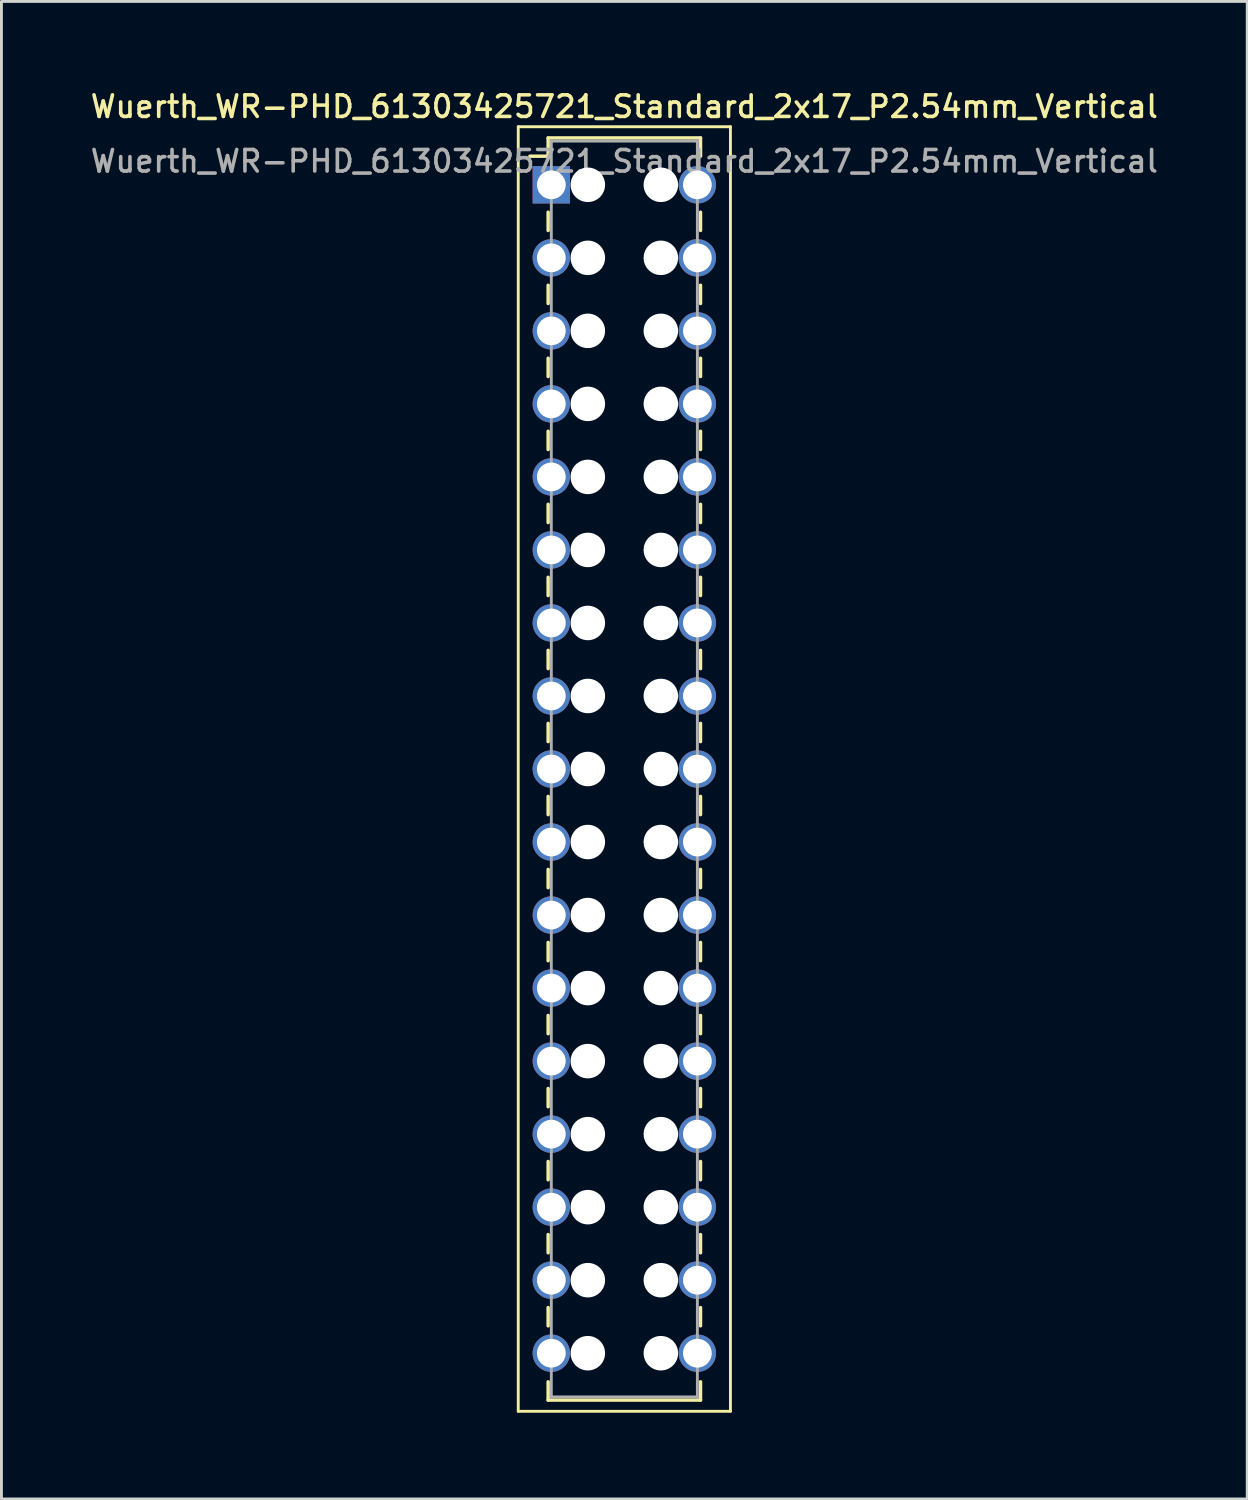
<source format=kicad_pcb>
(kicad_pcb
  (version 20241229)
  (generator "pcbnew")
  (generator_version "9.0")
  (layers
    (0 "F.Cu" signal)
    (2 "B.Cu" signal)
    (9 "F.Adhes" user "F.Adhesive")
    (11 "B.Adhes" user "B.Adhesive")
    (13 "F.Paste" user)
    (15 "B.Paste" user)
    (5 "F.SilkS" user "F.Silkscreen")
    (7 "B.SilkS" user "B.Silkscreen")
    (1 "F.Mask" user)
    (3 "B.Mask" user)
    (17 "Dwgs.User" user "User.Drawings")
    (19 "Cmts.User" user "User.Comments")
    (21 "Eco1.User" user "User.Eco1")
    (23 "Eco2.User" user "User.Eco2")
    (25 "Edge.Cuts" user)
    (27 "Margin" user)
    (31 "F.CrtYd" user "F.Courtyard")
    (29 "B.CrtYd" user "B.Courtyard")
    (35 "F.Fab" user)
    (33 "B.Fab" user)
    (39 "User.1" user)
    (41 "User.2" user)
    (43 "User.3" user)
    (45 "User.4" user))
  (footprint "Wuerth_WR-PHD_61303425721_Standard_2x17_P2.54mm_Vertical"
    (layer "F.Cu")
    (at 16.126 3.378)
    (property "Reference" "Wuerth_WR-PHD_61303425721_Standard_2x17_P2.54mm_Vertical" (at 2.54 -2.72 0) (layer "F.SilkS") (effects (font (size 0.75 0.75) (thickness 0.125))))
    (attr through_hole)
    (fp_line (start -1.15 -2.02) (end -1.15 42.66) (stroke (width 0.1) (type solid)) (layer "F.SilkS"))
    (fp_line (start -1.15 42.66) (end 6.23 42.66) (stroke (width 0.1) (type solid)) (layer "F.SilkS"))
    (fp_line (start -0.11 -1.63) (end -0.11 -0.995) (stroke (width 0.12) (type solid)) (layer "F.SilkS"))
    (fp_line (start -0.11 -1.63) (end 5.19 -1.63) (stroke (width 0.12) (type solid)) (layer "F.SilkS"))
    (fp_line (start -0.11 -0.995) (end -0.745 -0.995) (stroke (width 0.12) (type solid)) (layer "F.SilkS"))
    (fp_line (start -0.11 0.953) (end -0.11 1.587) (stroke (width 0.12) (type solid)) (layer "F.SilkS"))
    (fp_line (start -0.11 3.493) (end -0.11 4.128) (stroke (width 0.12) (type solid)) (layer "F.SilkS"))
    (fp_line (start -0.11 6.032) (end -0.11 6.668) (stroke (width 0.12) (type solid)) (layer "F.SilkS"))
    (fp_line (start -0.11 8.572) (end -0.11 9.207) (stroke (width 0.12) (type solid)) (layer "F.SilkS"))
    (fp_line (start -0.11 11.113) (end -0.11 11.748) (stroke (width 0.12) (type solid)) (layer "F.SilkS"))
    (fp_line (start -0.11 13.652) (end -0.11 14.287) (stroke (width 0.12) (type solid)) (layer "F.SilkS"))
    (fp_line (start -0.11 16.192) (end -0.11 16.828) (stroke (width 0.12) (type solid)) (layer "F.SilkS"))
    (fp_line (start -0.11 18.733) (end -0.11 19.367) (stroke (width 0.12) (type solid)) (layer "F.SilkS"))
    (fp_line (start -0.11 21.273) (end -0.11 21.907) (stroke (width 0.12) (type solid)) (layer "F.SilkS"))
    (fp_line (start -0.11 23.812) (end -0.11 24.448) (stroke (width 0.12) (type solid)) (layer "F.SilkS"))
    (fp_line (start -0.11 26.352) (end -0.11 26.988) (stroke (width 0.12) (type solid)) (layer "F.SilkS"))
    (fp_line (start -0.11 28.892) (end -0.11 29.527) (stroke (width 0.12) (type solid)) (layer "F.SilkS"))
    (fp_line (start -0.11 31.433) (end -0.11 32.068) (stroke (width 0.12) (type solid)) (layer "F.SilkS"))
    (fp_line (start -0.11 33.972) (end -0.11 34.608) (stroke (width 0.12) (type solid)) (layer "F.SilkS"))
    (fp_line (start -0.11 36.513) (end -0.11 37.148) (stroke (width 0.12) (type solid)) (layer "F.SilkS"))
    (fp_line (start -0.11 39.053) (end -0.11 39.688) (stroke (width 0.12) (type solid)) (layer "F.SilkS"))
    (fp_line (start -0.11 42.27) (end -0.11 41.635) (stroke (width 0.12) (type solid)) (layer "F.SilkS"))
    (fp_line (start -0.11 42.27) (end 5.19 42.27) (stroke (width 0.12) (type solid)) (layer "F.SilkS"))
    (fp_line (start 5.19 -1.63) (end 5.19 -0.995) (stroke (width 0.12) (type solid)) (layer "F.SilkS"))
    (fp_line (start 5.19 0.953) (end 5.19 1.587) (stroke (width 0.12) (type solid)) (layer "F.SilkS"))
    (fp_line (start 5.19 3.493) (end 5.19 4.128) (stroke (width 0.12) (type solid)) (layer "F.SilkS"))
    (fp_line (start 5.19 6.032) (end 5.19 6.668) (stroke (width 0.12) (type solid)) (layer "F.SilkS"))
    (fp_line (start 5.19 8.572) (end 5.19 9.207) (stroke (width 0.12) (type solid)) (layer "F.SilkS"))
    (fp_line (start 5.19 11.113) (end 5.19 11.748) (stroke (width 0.12) (type solid)) (layer "F.SilkS"))
    (fp_line (start 5.19 13.652) (end 5.19 14.287) (stroke (width 0.12) (type solid)) (layer "F.SilkS"))
    (fp_line (start 5.19 16.192) (end 5.19 16.828) (stroke (width 0.12) (type solid)) (layer "F.SilkS"))
    (fp_line (start 5.19 18.733) (end 5.19 19.367) (stroke (width 0.12) (type solid)) (layer "F.SilkS"))
    (fp_line (start 5.19 21.273) (end 5.19 21.907) (stroke (width 0.12) (type solid)) (layer "F.SilkS"))
    (fp_line (start 5.19 23.812) (end 5.19 24.448) (stroke (width 0.12) (type solid)) (layer "F.SilkS"))
    (fp_line (start 5.19 26.352) (end 5.19 26.988) (stroke (width 0.12) (type solid)) (layer "F.SilkS"))
    (fp_line (start 5.19 28.892) (end 5.19 29.527) (stroke (width 0.12) (type solid)) (layer "F.SilkS"))
    (fp_line (start 5.19 31.433) (end 5.19 32.068) (stroke (width 0.12) (type solid)) (layer "F.SilkS"))
    (fp_line (start 5.19 33.972) (end 5.19 34.608) (stroke (width 0.12) (type solid)) (layer "F.SilkS"))
    (fp_line (start 5.19 36.513) (end 5.19 37.148) (stroke (width 0.12) (type solid)) (layer "F.SilkS"))
    (fp_line (start 5.19 39.053) (end 5.19 39.688) (stroke (width 0.12) (type solid)) (layer "F.SilkS"))
    (fp_line (start 5.19 42.27) (end 5.19 41.635) (stroke (width 0.12) (type solid)) (layer "F.SilkS"))
    (fp_line (start 6.23 -2.02) (end -1.15 -2.02) (stroke (width 0.1) (type solid)) (layer "F.SilkS"))
    (fp_line (start 6.23 42.66) (end 6.23 -2.02) (stroke (width 0.1) (type solid)) (layer "F.SilkS"))
    (fp_line (start 0 -1.52) (end 0 42.16) (stroke (width 0.1) (type solid)) (layer "F.Fab"))
    (fp_line (start 0 42.16) (end 5.08 42.16) (stroke (width 0.1) (type solid)) (layer "F.Fab"))
    (fp_line (start 5.08 -1.52) (end 0 -1.52) (stroke (width 0.1) (type solid)) (layer "F.Fab"))
    (fp_line (start 5.08 42.16) (end 5.08 -1.52) (stroke (width 0.1) (type solid)) (layer "F.Fab"))
    (fp_text user "${REFERENCE}" (at 2.54 -0.82 0) (layer "F.Fab") (effects (font (size 0.75 0.75) (thickness 0.125))))
    (pad "" np_thru_hole circle (at 1.27 0) (size 1.2 1.2) (drill 1.2) (layers "*.Cu" "*.Mask"))
    (pad "" np_thru_hole circle (at 1.27 2.54) (size 1.2 1.2) (drill 1.2) (layers "*.Cu" "*.Mask"))
    (pad "" np_thru_hole circle (at 1.27 5.08) (size 1.2 1.2) (drill 1.2) (layers "*.Cu" "*.Mask"))
    (pad "" np_thru_hole circle (at 1.27 7.62) (size 1.2 1.2) (drill 1.2) (layers "*.Cu" "*.Mask"))
    (pad "" np_thru_hole circle (at 1.27 10.16) (size 1.2 1.2) (drill 1.2) (layers "*.Cu" "*.Mask"))
    (pad "" np_thru_hole circle (at 1.27 12.7) (size 1.2 1.2) (drill 1.2) (layers "*.Cu" "*.Mask"))
    (pad "" np_thru_hole circle (at 1.27 15.24) (size 1.2 1.2) (drill 1.2) (layers "*.Cu" "*.Mask"))
    (pad "" np_thru_hole circle (at 1.27 17.78) (size 1.2 1.2) (drill 1.2) (layers "*.Cu" "*.Mask"))
    (pad "" np_thru_hole circle (at 1.27 20.32) (size 1.2 1.2) (drill 1.2) (layers "*.Cu" "*.Mask"))
    (pad "" np_thru_hole circle (at 1.27 22.86) (size 1.2 1.2) (drill 1.2) (layers "*.Cu" "*.Mask"))
    (pad "" np_thru_hole circle (at 1.27 25.4) (size 1.2 1.2) (drill 1.2) (layers "*.Cu" "*.Mask"))
    (pad "" np_thru_hole circle (at 1.27 27.94) (size 1.2 1.2) (drill 1.2) (layers "*.Cu" "*.Mask"))
    (pad "" np_thru_hole circle (at 1.27 30.48) (size 1.2 1.2) (drill 1.2) (layers "*.Cu" "*.Mask"))
    (pad "" np_thru_hole circle (at 1.27 33.02) (size 1.2 1.2) (drill 1.2) (layers "*.Cu" "*.Mask"))
    (pad "" np_thru_hole circle (at 1.27 35.56) (size 1.2 1.2) (drill 1.2) (layers "*.Cu" "*.Mask"))
    (pad "" np_thru_hole circle (at 1.27 38.1) (size 1.2 1.2) (drill 1.2) (layers "*.Cu" "*.Mask"))
    (pad "" np_thru_hole circle (at 1.27 40.64) (size 1.2 1.2) (drill 1.2) (layers "*.Cu" "*.Mask"))
    (pad "" np_thru_hole circle (at 3.81 0) (size 1.2 1.2) (drill 1.2) (layers "*.Cu" "*.Mask"))
    (pad "" np_thru_hole circle (at 3.81 2.54) (size 1.2 1.2) (drill 1.2) (layers "*.Cu" "*.Mask"))
    (pad "" np_thru_hole circle (at 3.81 5.08) (size 1.2 1.2) (drill 1.2) (layers "*.Cu" "*.Mask"))
    (pad "" np_thru_hole circle (at 3.81 7.62) (size 1.2 1.2) (drill 1.2) (layers "*.Cu" "*.Mask"))
    (pad "" np_thru_hole circle (at 3.81 10.16) (size 1.2 1.2) (drill 1.2) (layers "*.Cu" "*.Mask"))
    (pad "" np_thru_hole circle (at 3.81 12.7) (size 1.2 1.2) (drill 1.2) (layers "*.Cu" "*.Mask"))
    (pad "" np_thru_hole circle (at 3.81 15.24) (size 1.2 1.2) (drill 1.2) (layers "*.Cu" "*.Mask"))
    (pad "" np_thru_hole circle (at 3.81 17.78) (size 1.2 1.2) (drill 1.2) (layers "*.Cu" "*.Mask"))
    (pad "" np_thru_hole circle (at 3.81 20.32) (size 1.2 1.2) (drill 1.2) (layers "*.Cu" "*.Mask"))
    (pad "" np_thru_hole circle (at 3.81 22.86) (size 1.2 1.2) (drill 1.2) (layers "*.Cu" "*.Mask"))
    (pad "" np_thru_hole circle (at 3.81 25.4) (size 1.2 1.2) (drill 1.2) (layers "*.Cu" "*.Mask"))
    (pad "" np_thru_hole circle (at 3.81 27.94) (size 1.2 1.2) (drill 1.2) (layers "*.Cu" "*.Mask"))
    (pad "" np_thru_hole circle (at 3.81 30.48) (size 1.2 1.2) (drill 1.2) (layers "*.Cu" "*.Mask"))
    (pad "" np_thru_hole circle (at 3.81 33.02) (size 1.2 1.2) (drill 1.2) (layers "*.Cu" "*.Mask"))
    (pad "" np_thru_hole circle (at 3.81 35.56) (size 1.2 1.2) (drill 1.2) (layers "*.Cu" "*.Mask"))
    (pad "" np_thru_hole circle (at 3.81 38.1) (size 1.2 1.2) (drill 1.2) (layers "*.Cu" "*.Mask"))
    (pad "" np_thru_hole circle (at 3.81 40.64) (size 1.2 1.2) (drill 1.2) (layers "*.Cu" "*.Mask"))
    (pad "1" thru_hole rect (at 0 0) (size 1.3 1.3) (drill 1) (layers "*.Cu" "*.Mask"))
    (pad "2" thru_hole circle (at 5.08 0) (size 1.3 1.3) (drill 1) (layers "*.Cu" "*.Mask"))
    (pad "3" thru_hole circle (at 0 2.54) (size 1.3 1.3) (drill 1) (layers "*.Cu" "*.Mask"))
    (pad "4" thru_hole circle (at 5.08 2.54) (size 1.3 1.3) (drill 1) (layers "*.Cu" "*.Mask"))
    (pad "5" thru_hole circle (at 0 5.08) (size 1.3 1.3) (drill 1) (layers "*.Cu" "*.Mask"))
    (pad "6" thru_hole circle (at 5.08 5.08) (size 1.3 1.3) (drill 1) (layers "*.Cu" "*.Mask"))
    (pad "7" thru_hole circle (at 0 7.62) (size 1.3 1.3) (drill 1) (layers "*.Cu" "*.Mask"))
    (pad "8" thru_hole circle (at 5.08 7.62) (size 1.3 1.3) (drill 1) (layers "*.Cu" "*.Mask"))
    (pad "9" thru_hole circle (at 0 10.16) (size 1.3 1.3) (drill 1) (layers "*.Cu" "*.Mask"))
    (pad "10" thru_hole circle (at 5.08 10.16) (size 1.3 1.3) (drill 1) (layers "*.Cu" "*.Mask"))
    (pad "11" thru_hole circle (at 0 12.7) (size 1.3 1.3) (drill 1) (layers "*.Cu" "*.Mask"))
    (pad "12" thru_hole circle (at 5.08 12.7) (size 1.3 1.3) (drill 1) (layers "*.Cu" "*.Mask"))
    (pad "13" thru_hole circle (at 0 15.24) (size 1.3 1.3) (drill 1) (layers "*.Cu" "*.Mask"))
    (pad "14" thru_hole circle (at 5.08 15.24) (size 1.3 1.3) (drill 1) (layers "*.Cu" "*.Mask"))
    (pad "15" thru_hole circle (at 0 17.78) (size 1.3 1.3) (drill 1) (layers "*.Cu" "*.Mask"))
    (pad "16" thru_hole circle (at 5.08 17.78) (size 1.3 1.3) (drill 1) (layers "*.Cu" "*.Mask"))
    (pad "17" thru_hole circle (at 0 20.32) (size 1.3 1.3) (drill 1) (layers "*.Cu" "*.Mask"))
    (pad "18" thru_hole circle (at 5.08 20.32) (size 1.3 1.3) (drill 1) (layers "*.Cu" "*.Mask"))
    (pad "19" thru_hole circle (at 0 22.86) (size 1.3 1.3) (drill 1) (layers "*.Cu" "*.Mask"))
    (pad "20" thru_hole circle (at 5.08 22.86) (size 1.3 1.3) (drill 1) (layers "*.Cu" "*.Mask"))
    (pad "21" thru_hole circle (at 0 25.4) (size 1.3 1.3) (drill 1) (layers "*.Cu" "*.Mask"))
    (pad "22" thru_hole circle (at 5.08 25.4) (size 1.3 1.3) (drill 1) (layers "*.Cu" "*.Mask"))
    (pad "23" thru_hole circle (at 0 27.94) (size 1.3 1.3) (drill 1) (layers "*.Cu" "*.Mask"))
    (pad "24" thru_hole circle (at 5.08 27.94) (size 1.3 1.3) (drill 1) (layers "*.Cu" "*.Mask"))
    (pad "25" thru_hole circle (at 0 30.48) (size 1.3 1.3) (drill 1) (layers "*.Cu" "*.Mask"))
    (pad "26" thru_hole circle (at 5.08 30.48) (size 1.3 1.3) (drill 1) (layers "*.Cu" "*.Mask"))
    (pad "27" thru_hole circle (at 0 33.02) (size 1.3 1.3) (drill 1) (layers "*.Cu" "*.Mask"))
    (pad "28" thru_hole circle (at 5.08 33.02) (size 1.3 1.3) (drill 1) (layers "*.Cu" "*.Mask"))
    (pad "29" thru_hole circle (at 0 35.56) (size 1.3 1.3) (drill 1) (layers "*.Cu" "*.Mask"))
    (pad "30" thru_hole circle (at 5.08 35.56) (size 1.3 1.3) (drill 1) (layers "*.Cu" "*.Mask"))
    (pad "31" thru_hole circle (at 0 38.1) (size 1.3 1.3) (drill 1) (layers "*.Cu" "*.Mask"))
    (pad "32" thru_hole circle (at 5.08 38.1) (size 1.3 1.3) (drill 1) (layers "*.Cu" "*.Mask"))
    (pad "33" thru_hole circle (at 0 40.64) (size 1.3 1.3) (drill 1) (layers "*.Cu" "*.Mask"))
    (pad "34" thru_hole circle (at 5.08 40.64) (size 1.3 1.3) (drill 1) (layers "*.Cu" "*.Mask")))
  (gr_rect
    (start -3 -3)
    (end 40.332 49.088)
    (stroke (width 0.1) (type default))
    (fill no)
    (layer "Edge.Cuts")))
</source>
